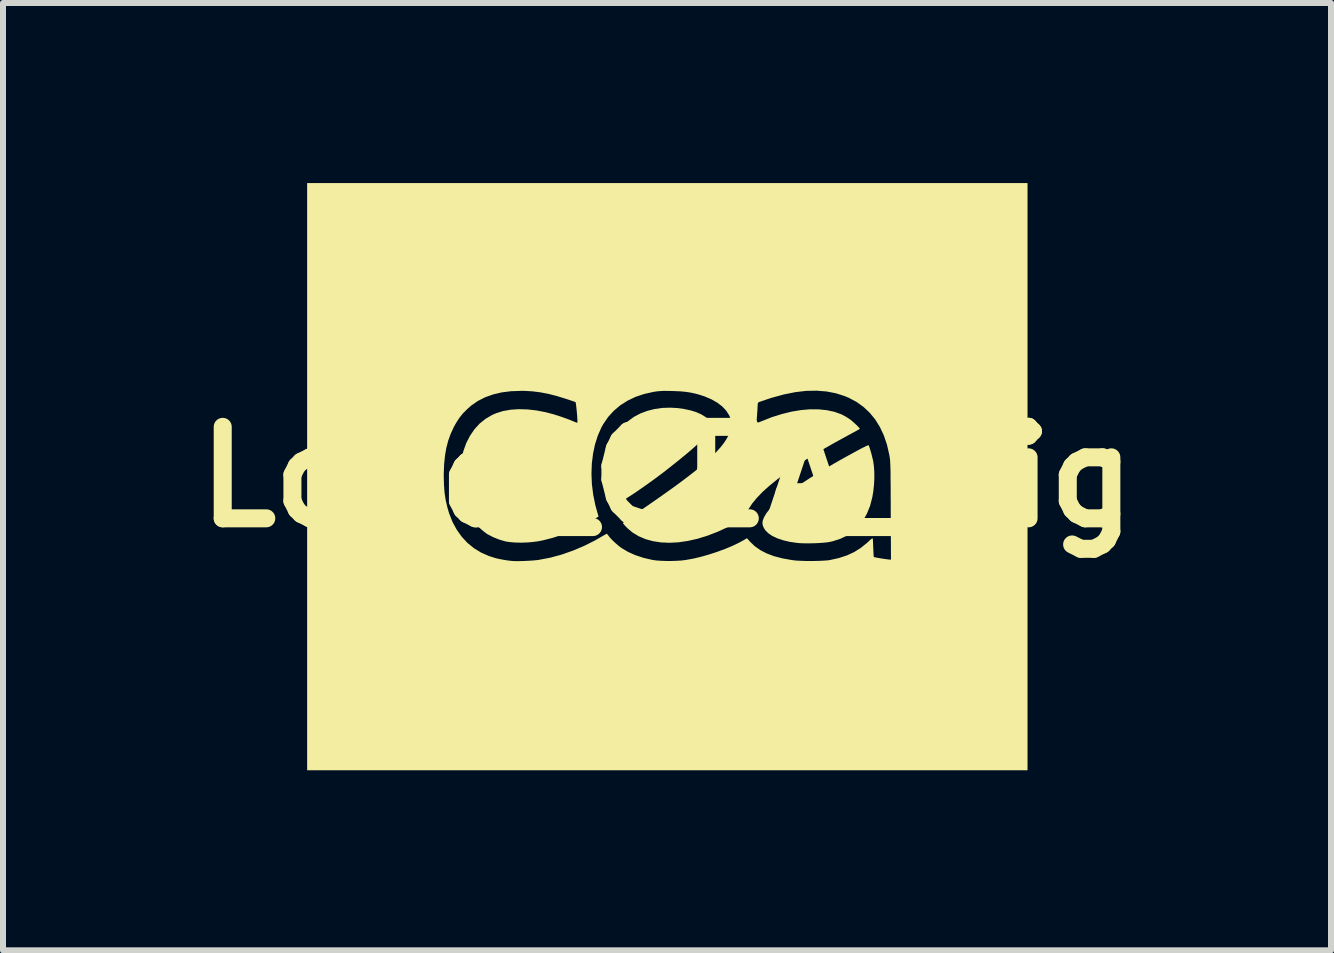
<source format=kicad_pcb>
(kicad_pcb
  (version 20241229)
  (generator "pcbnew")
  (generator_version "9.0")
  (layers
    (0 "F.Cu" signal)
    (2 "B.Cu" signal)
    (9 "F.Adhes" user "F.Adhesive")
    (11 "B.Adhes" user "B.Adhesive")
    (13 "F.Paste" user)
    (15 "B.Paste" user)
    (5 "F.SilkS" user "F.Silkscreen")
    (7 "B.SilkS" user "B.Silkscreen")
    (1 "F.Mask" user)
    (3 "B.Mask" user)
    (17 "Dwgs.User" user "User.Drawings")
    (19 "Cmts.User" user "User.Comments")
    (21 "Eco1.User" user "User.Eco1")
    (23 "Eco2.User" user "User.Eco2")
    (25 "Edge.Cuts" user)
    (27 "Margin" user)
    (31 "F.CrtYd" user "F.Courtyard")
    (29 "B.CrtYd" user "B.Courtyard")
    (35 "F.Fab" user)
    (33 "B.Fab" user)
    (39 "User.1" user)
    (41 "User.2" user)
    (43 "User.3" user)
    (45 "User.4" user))
  (footprint "Logo_CEA_Big"
    (layer "F.Cu")
    (at 8.063 4.896)
    (property "Reference" "Logo_CEA_Big" (at 0 0 0) (layer "F.SilkS") (effects (font (size 1.524 1.524) (thickness 0.3))))
    (attr board_only exclude_from_pos_files exclude_from_bom)
    (fp_poly (pts (xy 0.163 -1.148) (xy 0.283 -1.132) (xy 0.392 -1.109) (xy 0.488 -1.079) (xy 0.57 -1.043) (xy 0.636 -1.002) (xy 0.686 -0.956) (xy 0.705 -0.929) (xy 0.72 -0.899) (xy 0.727 -0.867) (xy 0.726 -0.833) (xy 0.716 -0.796) (xy 0.696 -0.756) (xy 0.665 -0.711) (xy 0.624 -0.661) (xy 0.571 -0.605) (xy 0.505 -0.542) (xy 0.426 -0.471) (xy 0.334 -0.392) (xy 0.227 -0.304) (xy 0.105 -0.206) (xy 0.104 -0.205) (xy -0.055 -0.08) (xy -0.22 0.043) (xy -0.386 0.162) (xy -0.549 0.274) (xy -0.705 0.375) (xy -0.762 0.41) (xy -0.889 0.487) (xy -0.917 0.399) (xy -0.938 0.329) (xy -0.955 0.269) (xy -0.966 0.216) (xy -0.973 0.164) (xy -0.978 0.107) (xy -0.979 0.04) (xy -0.98 -0.024) (xy -0.973 -0.184) (xy -0.956 -0.331) (xy -0.926 -0.464) (xy -0.885 -0.587) (xy -0.83 -0.699) (xy -0.763 -0.803) (xy -0.719 -0.858) (xy -0.642 -0.935) (xy -0.551 -1.001) (xy -0.447 -1.056) (xy -0.332 -1.1) (xy -0.209 -1.131) (xy -0.079 -1.15) (xy 0.055 -1.154)) (stroke (width 0) (type solid)) (fill yes) (layer "F.SilkS"))
    (fp_poly (pts (xy 3.358 -0.528) (xy 3.365 -0.514) (xy 3.375 -0.485) (xy 3.388 -0.445) (xy 3.402 -0.397) (xy 3.415 -0.347) (xy 3.427 -0.296) (xy 3.433 -0.274) (xy 3.446 -0.186) (xy 3.453 -0.086) (xy 3.454 0.023) (xy 3.448 0.135) (xy 3.436 0.245) (xy 3.419 0.343) (xy 3.382 0.484) (xy 3.331 0.61) (xy 3.268 0.723) (xy 3.193 0.821) (xy 3.104 0.905) (xy 3.003 0.975) (xy 2.889 1.03) (xy 2.762 1.071) (xy 2.72 1.081) (xy 2.671 1.089) (xy 2.606 1.096) (xy 2.532 1.101) (xy 2.452 1.105) (xy 2.371 1.106) (xy 2.293 1.106) (xy 2.224 1.104) (xy 2.167 1.099) (xy 2.043 1.081) (xy 1.933 1.055) (xy 1.836 1.022) (xy 1.753 0.983) (xy 1.687 0.938) (xy 1.637 0.888) (xy 1.612 0.848) (xy 1.595 0.806) (xy 1.589 0.767) (xy 1.595 0.727) (xy 1.613 0.679) (xy 1.623 0.659) (xy 1.659 0.599) (xy 1.713 0.533) (xy 1.784 0.461) (xy 1.871 0.383) (xy 1.974 0.3) (xy 2.092 0.213) (xy 2.224 0.121) (xy 2.371 0.025) (xy 2.467 -0.036) (xy 2.54 -0.08) (xy 2.619 -0.127) (xy 2.701 -0.175) (xy 2.784 -0.224) (xy 2.868 -0.272) (xy 2.951 -0.318) (xy 3.03 -0.362) (xy 3.105 -0.403) (xy 3.173 -0.44) (xy 3.232 -0.472) (xy 3.283 -0.497) (xy 3.321 -0.516) (xy 3.347 -0.527) (xy 3.358 -0.529)) (stroke (width 0) (type solid)) (fill yes) (layer "F.SilkS"))
    (fp_poly (pts (xy 6.006 4.887) (xy -5.996 4.887) (xy -5.996 -0.008) (xy -3.72 -0.008) (xy -3.716 0.137) (xy -3.706 0.267) (xy -3.687 0.389) (xy -3.66 0.506) (xy -3.63 0.608) (xy -3.573 0.752) (xy -3.502 0.882) (xy -3.419 0.998) (xy -3.324 1.1) (xy -3.216 1.188) (xy -3.096 1.261) (xy -2.966 1.318) (xy -2.856 1.353) (xy -2.794 1.367) (xy -2.727 1.38) (xy -2.65 1.392) (xy -2.582 1.4) (xy -2.549 1.402) (xy -2.501 1.403) (xy -2.443 1.402) (xy -2.378 1.4) (xy -2.312 1.397) (xy -2.248 1.393) (xy -2.19 1.388) (xy -2.143 1.383) (xy -2.133 1.381) (xy -1.949 1.346) (xy -1.76 1.295) (xy -1.571 1.229) (xy -1.384 1.15) (xy -1.204 1.06) (xy -1.091 0.995) (xy -1.056 0.975) (xy -1.027 0.958) (xy -1.009 0.949) (xy -1.004 0.947) (xy -0.995 0.954) (xy -0.98 0.972) (xy -0.971 0.985) (xy -0.943 1.02) (xy -0.903 1.061) (xy -0.857 1.104) (xy -0.809 1.146) (xy -0.763 1.181) (xy -0.755 1.186) (xy -0.649 1.249) (xy -0.528 1.303) (xy -0.395 1.347) (xy -0.255 1.38) (xy -0.239 1.383) (xy -0.176 1.392) (xy -0.099 1.397) (xy -0.014 1.4) (xy 0.076 1.4) (xy 0.164 1.397) (xy 0.245 1.392) (xy 0.314 1.383) (xy 0.437 1.361) (xy 0.567 1.33) (xy 0.701 1.292) (xy 0.835 1.248) (xy 0.964 1.201) (xy 1.086 1.15) (xy 1.195 1.098) (xy 1.265 1.06) (xy 1.332 1.021) (xy 1.384 1.08) (xy 1.462 1.154) (xy 1.554 1.219) (xy 1.66 1.274) (xy 1.782 1.32) (xy 1.92 1.356) (xy 2.074 1.384) (xy 2.104 1.388) (xy 2.158 1.394) (xy 2.225 1.397) (xy 2.302 1.4) (xy 2.383 1.4) (xy 2.465 1.4) (xy 2.544 1.398) (xy 2.615 1.394) (xy 2.676 1.39) (xy 2.716 1.384) (xy 2.864 1.351) (xy 2.998 1.307) (xy 3.119 1.251) (xy 3.23 1.181) (xy 3.333 1.098) (xy 3.349 1.083) (xy 3.385 1.049) (xy 3.411 1.029) (xy 3.425 1.023) (xy 3.428 1.025) (xy 3.429 1.038) (xy 3.431 1.067) (xy 3.433 1.108) (xy 3.435 1.158) (xy 3.436 1.184) (xy 3.438 1.235) (xy 3.44 1.279) (xy 3.442 1.312) (xy 3.444 1.331) (xy 3.445 1.334) (xy 3.455 1.337) (xy 3.48 1.342) (xy 3.516 1.349) (xy 3.558 1.356) (xy 3.602 1.363) (xy 3.644 1.369) (xy 3.679 1.374) (xy 3.704 1.377) (xy 3.711 1.377) (xy 3.731 1.377) (xy 3.727 0.562) (xy 3.727 0.418) (xy 3.726 0.292) (xy 3.726 0.182) (xy 3.725 0.088) (xy 3.724 0.007) (xy 3.724 -0.062) (xy 3.723 -0.12) (xy 3.721 -0.169) (xy 3.72 -0.209) (xy 3.718 -0.243) (xy 3.717 -0.271) (xy 3.714 -0.295) (xy 3.712 -0.317) (xy 3.708 -0.337) (xy 3.705 -0.357) (xy 3.702 -0.373) (xy 3.664 -0.539) (xy 3.612 -0.692) (xy 3.547 -0.831) (xy 3.469 -0.957) (xy 3.378 -1.068) (xy 3.274 -1.166) (xy 3.157 -1.25) (xy 3.027 -1.319) (xy 2.96 -1.347) (xy 2.813 -1.394) (xy 2.657 -1.424) (xy 2.493 -1.437) (xy 2.32 -1.434) (xy 2.139 -1.413) (xy 1.949 -1.375) (xy 1.751 -1.321) (xy 1.659 -1.291) (xy 1.614 -1.275) (xy 1.575 -1.262) (xy 1.545 -1.252) (xy 1.528 -1.246) (xy 1.528 -1.246) (xy 1.514 -1.232) (xy 1.511 -1.213) (xy 1.51 -1.193) (xy 1.508 -1.159) (xy 1.506 -1.114) (xy 1.502 -1.063) (xy 1.501 -1.046) (xy 1.497 -0.996) (xy 1.495 -0.954) (xy 1.494 -0.922) (xy 1.495 -0.904) (xy 1.496 -0.902) (xy 1.506 -0.903) (xy 1.53 -0.91) (xy 1.562 -0.923) (xy 1.58 -0.93) (xy 1.747 -0.996) (xy 1.913 -1.048) (xy 2.075 -1.088) (xy 2.232 -1.114) (xy 2.384 -1.127) (xy 2.528 -1.126) (xy 2.663 -1.112) (xy 2.789 -1.085) (xy 2.903 -1.044) (xy 2.931 -1.03) (xy 2.97 -1.009) (xy 3.014 -0.982) (xy 3.046 -0.961) (xy 3.073 -0.94) (xy 3.104 -0.913) (xy 3.136 -0.884) (xy 3.166 -0.856) (xy 3.191 -0.83) (xy 3.207 -0.811) (xy 3.213 -0.801) (xy 3.213 -0.8) (xy 3.203 -0.795) (xy 3.18 -0.782) (xy 3.144 -0.762) (xy 3.098 -0.737) (xy 3.046 -0.709) (xy 3.009 -0.689) (xy 2.767 -0.556) (xy 2.544 -0.428) (xy 2.339 -0.304) (xy 2.153 -0.185) (xy 1.985 -0.07) (xy 1.836 0.041) (xy 1.705 0.148) (xy 1.591 0.25) (xy 1.497 0.348) (xy 1.42 0.441) (xy 1.361 0.531) (xy 1.32 0.617) (xy 1.312 0.641) (xy 1.302 0.659) (xy 1.284 0.679) (xy 1.257 0.701) (xy 1.219 0.726) (xy 1.167 0.756) (xy 1.101 0.791) (xy 1.019 0.833) (xy 1.014 0.835) (xy 0.842 0.914) (xy 0.673 0.979) (xy 0.508 1.03) (xy 0.347 1.066) (xy 0.192 1.089) (xy 0.043 1.097) (xy -0.099 1.091) (xy -0.232 1.071) (xy -0.356 1.037) (xy -0.47 0.989) (xy -0.573 0.927) (xy -0.659 0.855) (xy -0.69 0.823) (xy -0.715 0.796) (xy -0.731 0.776) (xy -0.735 0.767) (xy -0.727 0.759) (xy -0.704 0.742) (xy -0.67 0.717) (xy -0.624 0.685) (xy -0.571 0.647) (xy -0.51 0.605) (xy -0.449 0.564) (xy -0.283 0.449) (xy -0.132 0.344) (xy 0.005 0.247) (xy 0.13 0.158) (xy 0.242 0.075) (xy 0.344 -0.002) (xy 0.437 -0.074) (xy 0.521 -0.142) (xy 0.597 -0.206) (xy 0.668 -0.268) (xy 0.733 -0.329) (xy 0.74 -0.336) (xy 0.824 -0.419) (xy 0.893 -0.496) (xy 0.949 -0.568) (xy 0.995 -0.639) (xy 1.021 -0.688) (xy 1.042 -0.729) (xy 1.054 -0.759) (xy 1.062 -0.784) (xy 1.065 -0.812) (xy 1.066 -0.848) (xy 1.066 -0.87) (xy 1.066 -0.914) (xy 1.063 -0.946) (xy 1.057 -0.973) (xy 1.047 -1) (xy 1.034 -1.028) (xy 0.986 -1.104) (xy 0.92 -1.174) (xy 0.838 -1.237) (xy 0.74 -1.293) (xy 0.627 -1.341) (xy 0.536 -1.371) (xy 0.459 -1.391) (xy 0.384 -1.407) (xy 0.308 -1.418) (xy 0.225 -1.426) (xy 0.131 -1.43) (xy 0.081 -1.432) (xy 0.01 -1.433) (xy -0.047 -1.434) (xy -0.094 -1.432) (xy -0.135 -1.429) (xy -0.175 -1.425) (xy -0.219 -1.418) (xy -0.225 -1.417) (xy -0.382 -1.382) (xy -0.527 -1.333) (xy -0.66 -1.269) (xy -0.781 -1.192) (xy -0.888 -1.101) (xy -0.982 -0.998) (xy -1.062 -0.881) (xy -1.094 -0.824) (xy -1.153 -0.689) (xy -1.2 -0.542) (xy -1.233 -0.385) (xy -1.253 -0.221) (xy -1.259 -0.051) (xy -1.252 0.121) (xy -1.23 0.295) (xy -1.195 0.468) (xy -1.168 0.567) (xy -1.141 0.66) (xy -1.218 0.708) (xy -1.379 0.8) (xy -1.548 0.882) (xy -1.721 0.953) (xy -1.895 1.012) (xy -2.066 1.056) (xy -2.147 1.072) (xy -2.237 1.084) (xy -2.333 1.092) (xy -2.432 1.095) (xy -2.527 1.093) (xy -2.614 1.086) (xy -2.688 1.075) (xy -2.696 1.073) (xy -2.795 1.044) (xy -2.895 1.004) (xy -2.986 0.957) (xy -2.991 0.955) (xy -3.034 0.924) (xy -3.085 0.883) (xy -3.137 0.835) (xy -3.185 0.785) (xy -3.225 0.738) (xy -3.238 0.722) (xy -3.298 0.625) (xy -3.351 0.514) (xy -3.394 0.393) (xy -3.426 0.268) (xy -3.43 0.246) (xy -3.438 0.187) (xy -3.444 0.114) (xy -3.447 0.033) (xy -3.447 -0.051) (xy -3.445 -0.133) (xy -3.44 -0.207) (xy -3.432 -0.269) (xy -3.43 -0.282) (xy -3.393 -0.431) (xy -3.344 -0.567) (xy -3.281 -0.688) (xy -3.207 -0.796) (xy -3.121 -0.89) (xy -3.022 -0.969) (xy -2.913 -1.033) (xy -2.844 -1.063) (xy -2.73 -1.098) (xy -2.605 -1.12) (xy -2.469 -1.129) (xy -2.326 -1.125) (xy -2.175 -1.108) (xy -2.02 -1.078) (xy -1.975 -1.066) (xy -1.892 -1.044) (xy -1.805 -1.017) (xy -1.718 -0.987) (xy -1.638 -0.958) (xy -1.57 -0.93) (xy -1.56 -0.926) (xy -1.529 -0.913) (xy -1.506 -0.905) (xy -1.495 -0.902) (xy -1.495 -0.902) (xy -1.493 -0.914) (xy -1.493 -0.941) (xy -1.495 -0.979) (xy -1.498 -1.024) (xy -1.502 -1.074) (xy -1.507 -1.123) (xy -1.512 -1.169) (xy -1.516 -1.207) (xy -1.521 -1.234) (xy -1.524 -1.246) (xy -1.524 -1.246) (xy -1.536 -1.251) (xy -1.564 -1.261) (xy -1.603 -1.274) (xy -1.65 -1.29) (xy -1.693 -1.304) (xy -1.843 -1.35) (xy -1.981 -1.385) (xy -2.113 -1.41) (xy -2.241 -1.426) (xy -2.371 -1.434) (xy -2.434 -1.434) (xy -2.602 -1.428) (xy -2.758 -1.408) (xy -2.9 -1.374) (xy -3.031 -1.327) (xy -3.151 -1.266) (xy -3.261 -1.19) (xy -3.327 -1.132) (xy -3.401 -1.058) (xy -3.462 -0.981) (xy -3.516 -0.897) (xy -3.552 -0.832) (xy -3.604 -0.719) (xy -3.646 -0.603) (xy -3.678 -0.48) (xy -3.7 -0.349) (xy -3.714 -0.206) (xy -3.72 -0.05) (xy -3.72 -0.008) (xy -5.996 -0.008) (xy -5.996 -4.896) (xy 6.006 -4.896)) (stroke (width 0) (type solid)) (fill yes) (layer "F.SilkS")))
  (gr_rect
    (start -3 -3)
    (end 19.125 12.783)
    (stroke (width 0.1) (type default))
    (fill no)
    (layer "Edge.Cuts")))
</source>
